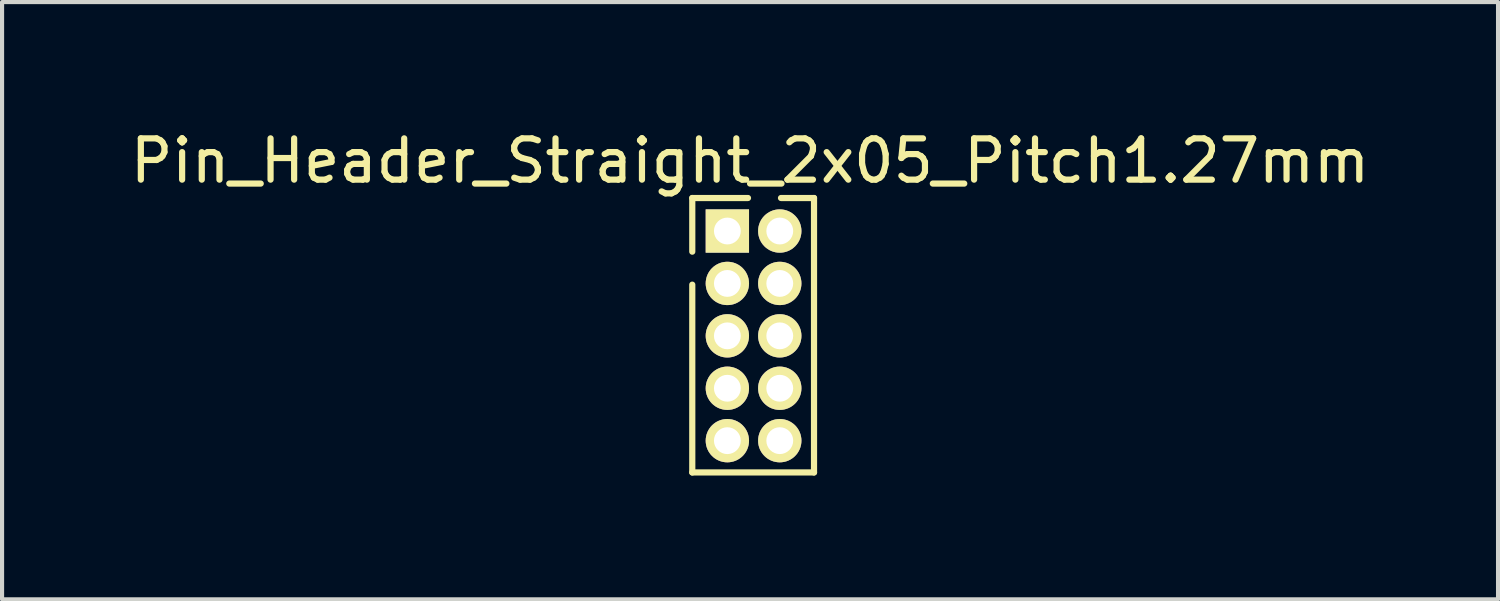
<source format=kicad_pcb>
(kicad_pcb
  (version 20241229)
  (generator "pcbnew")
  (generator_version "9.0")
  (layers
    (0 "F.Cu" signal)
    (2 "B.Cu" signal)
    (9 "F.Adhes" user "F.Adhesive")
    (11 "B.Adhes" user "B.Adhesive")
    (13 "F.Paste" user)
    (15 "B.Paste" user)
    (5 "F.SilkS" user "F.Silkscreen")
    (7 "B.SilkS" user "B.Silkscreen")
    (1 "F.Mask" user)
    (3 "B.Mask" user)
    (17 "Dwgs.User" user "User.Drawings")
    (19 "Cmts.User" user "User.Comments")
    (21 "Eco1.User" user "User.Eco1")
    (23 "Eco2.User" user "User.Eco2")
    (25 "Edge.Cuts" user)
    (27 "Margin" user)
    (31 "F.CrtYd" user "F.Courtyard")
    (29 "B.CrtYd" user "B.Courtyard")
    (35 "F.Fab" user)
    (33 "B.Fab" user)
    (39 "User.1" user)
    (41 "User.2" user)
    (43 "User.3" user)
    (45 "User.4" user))
  (footprint "Pin_Header_Straight_2x05_Pitch1.27mm"
    (layer "F.Cu")
    (at 14.575 2.548)
    (property "Reference" "Pin_Header_Straight_2x05_Pitch1.27mm" (at 0.55 -1.7 0) (layer "F.SilkS") (effects (font (size 1 1) (thickness 0.15))))
    (attr through_hole)
    (fp_line (start -0.85 -0.8) (end -0.85 0.5) (stroke (width 0.15) (type solid)) (layer "F.SilkS"))
    (fp_line (start -0.85 5.85) (end -0.85 1.3) (stroke (width 0.15) (type solid)) (layer "F.SilkS"))
    (fp_line (start 0.5 -0.8) (end -0.85 -0.8) (stroke (width 0.15) (type solid)) (layer "F.SilkS"))
    (fp_line (start 2.1 -0.8) (end 1.3 -0.8) (stroke (width 0.15) (type solid)) (layer "F.SilkS"))
    (fp_line (start 2.1 5.85) (end -0.85 5.85) (stroke (width 0.15) (type solid)) (layer "F.SilkS"))
    (fp_line (start 2.1 5.85) (end 2.1 -0.8) (stroke (width 0.15) (type solid)) (layer "F.SilkS"))
    (pad "1" thru_hole rect (at 0 0) (size 1.05 1.05) (drill 0.65) (layers "*.Cu" "*.Mask" "F.SilkS"))
    (pad "2" thru_hole circle (at 1.27 0) (size 1.05 1.05) (drill 0.65) (layers "*.Cu" "*.Mask" "F.SilkS"))
    (pad "3" thru_hole circle (at 0 1.27) (size 1.05 1.05) (drill 0.65) (layers "*.Cu" "*.Mask" "F.SilkS"))
    (pad "4" thru_hole circle (at 1.27 1.27) (size 1.05 1.05) (drill 0.65) (layers "*.Cu" "*.Mask" "F.SilkS"))
    (pad "5" thru_hole circle (at 0 2.54) (size 1.05 1.05) (drill 0.65) (layers "*.Cu" "*.Mask" "F.SilkS"))
    (pad "6" thru_hole circle (at 1.27 2.54) (size 1.05 1.05) (drill 0.65) (layers "*.Cu" "*.Mask" "F.SilkS"))
    (pad "7" thru_hole circle (at 0 3.81) (size 1.05 1.05) (drill 0.65) (layers "*.Cu" "*.Mask" "F.SilkS"))
    (pad "8" thru_hole circle (at 1.27 3.81) (size 1.05 1.05) (drill 0.65) (layers "*.Cu" "*.Mask" "F.SilkS"))
    (pad "9" thru_hole circle (at 0 5.08) (size 1.05 1.05) (drill 0.65) (layers "*.Cu" "*.Mask" "F.SilkS"))
    (pad "10" thru_hole circle (at 1.27 5.08) (size 1.05 1.05) (drill 0.65) (layers "*.Cu" "*.Mask" "F.SilkS")))
  (gr_rect
    (start -3 -3)
    (end 33.25 11.473)
    (stroke (width 0.1) (type default))
    (fill no)
    (layer "Edge.Cuts")))
</source>
